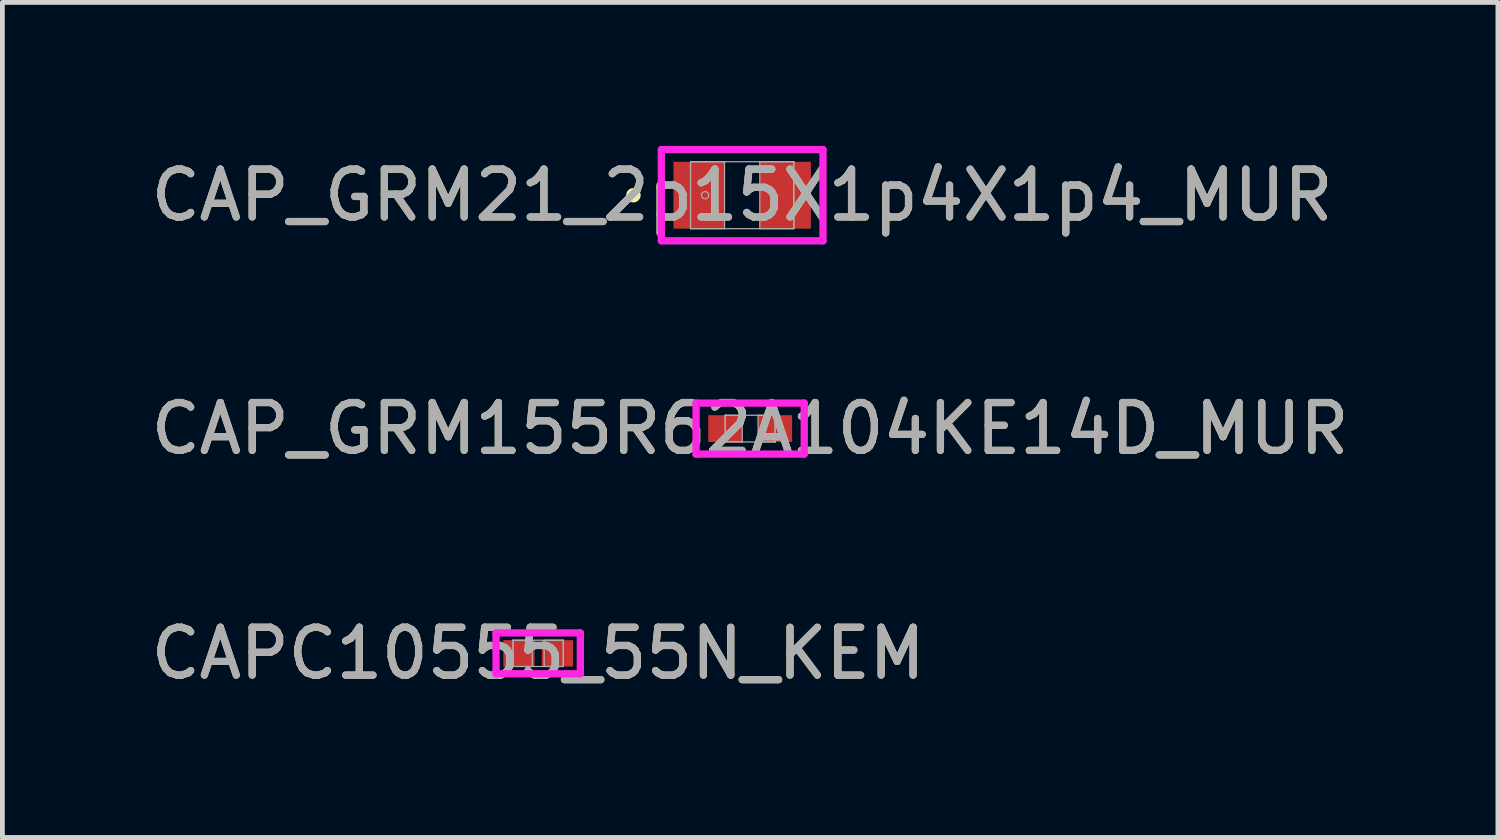
<source format=kicad_pcb>
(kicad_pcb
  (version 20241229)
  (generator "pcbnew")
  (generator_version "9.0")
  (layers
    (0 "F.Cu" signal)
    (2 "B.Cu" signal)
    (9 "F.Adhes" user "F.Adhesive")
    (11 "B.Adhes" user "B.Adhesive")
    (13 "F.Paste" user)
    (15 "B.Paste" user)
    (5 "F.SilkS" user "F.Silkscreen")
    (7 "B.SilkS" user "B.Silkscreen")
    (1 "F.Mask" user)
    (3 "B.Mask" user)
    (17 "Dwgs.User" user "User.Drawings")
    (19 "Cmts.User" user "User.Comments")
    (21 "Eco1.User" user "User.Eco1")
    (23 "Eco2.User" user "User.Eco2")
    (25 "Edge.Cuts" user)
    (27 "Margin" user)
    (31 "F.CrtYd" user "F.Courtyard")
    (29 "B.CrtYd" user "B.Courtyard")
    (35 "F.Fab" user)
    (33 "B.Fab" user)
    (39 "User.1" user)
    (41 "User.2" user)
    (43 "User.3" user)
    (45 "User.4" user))
  (footprint "CAP_GRM21_2p15X1p4X1p4_MUR"
    (layer "F.Cu")
    (at 12.458 1.029)
    (property "Reference" "CAP_GRM21_2p15X1p4X1p4_MUR" (at 0 0 0) (unlocked yes) (layer "F.SilkS") (effects (font (size 1 1) (thickness 0.15))))
    (attr smd)
    (fp_circle (center -2.273 0) (end -2.197 0) (stroke (width 0.152) (type solid)) (fill no) (layer "F.SilkS"))
    (fp_line (start -1.689 -0.953) (end 1.689 -0.953) (stroke (width 0.152) (type solid)) (layer "F.CrtYd"))
    (fp_line (start -1.689 0.953) (end -1.689 -0.953) (stroke (width 0.152) (type solid)) (layer "F.CrtYd"))
    (fp_line (start 1.689 -0.953) (end 1.689 0.953) (stroke (width 0.152) (type solid)) (layer "F.CrtYd"))
    (fp_line (start 1.689 0.953) (end -1.689 0.953) (stroke (width 0.152) (type solid)) (layer "F.CrtYd"))
    (fp_line (start -1.079 -0.699) (end -1.079 0.699) (stroke (width 0.025) (type solid)) (layer "F.Fab"))
    (fp_line (start -1.079 -0.699) (end -1.079 0.699) (stroke (width 0.025) (type solid)) (layer "F.Fab"))
    (fp_line (start -1.079 0.699) (end -0.368 0.699) (stroke (width 0.025) (type solid)) (layer "F.Fab"))
    (fp_line (start -1.079 0.699) (end 1.079 0.699) (stroke (width 0.025) (type solid)) (layer "F.Fab"))
    (fp_line (start -0.368 -0.699) (end -1.079 -0.699) (stroke (width 0.025) (type solid)) (layer "F.Fab"))
    (fp_line (start -0.368 0.699) (end -0.368 -0.699) (stroke (width 0.025) (type solid)) (layer "F.Fab"))
    (fp_line (start 0.368 -0.699) (end 0.368 0.699) (stroke (width 0.025) (type solid)) (layer "F.Fab"))
    (fp_line (start 0.368 0.699) (end 1.079 0.699) (stroke (width 0.025) (type solid)) (layer "F.Fab"))
    (fp_line (start 1.079 -0.699) (end -1.079 -0.699) (stroke (width 0.025) (type solid)) (layer "F.Fab"))
    (fp_line (start 1.079 -0.699) (end 0.368 -0.699) (stroke (width 0.025) (type solid)) (layer "F.Fab"))
    (fp_line (start 1.079 0.699) (end 1.079 -0.699) (stroke (width 0.025) (type solid)) (layer "F.Fab"))
    (fp_line (start 1.079 0.699) (end 1.079 -0.699) (stroke (width 0.025) (type solid)) (layer "F.Fab"))
    (fp_circle (center -0.775 0) (end -0.699 0) (stroke (width 0.025) (type solid)) (fill no) (layer "F.Fab"))
    (fp_text user "${REFERENCE}" (at 0 0 0) (unlocked yes) (layer "F.Fab") (effects (font (size 1 1) (thickness 0.15))))
    (pad "1" smd rect (at -0.902 0) (size 1.067 1.397) (layers "F.Cu" "F.Mask" "F.Paste"))
    (pad "2" smd rect (at 0.902 0) (size 1.067 1.397) (layers "F.Cu" "F.Mask" "F.Paste"))
    (zone (net_name "") (layer "F.Cu") (hatch full 0.508) (connect_pads) (min_thickness 0.254) (filled_areas_thickness no) (keepout (tracks not_allowed) (vias not_allowed) (pads allowed) (copperpour not_allowed) (footprints allowed)) (placement (enabled no)) (fill) (polygon (pts (xy 12.141 0.381) (xy 12.776 0.381) (xy 12.776 1.676) (xy 12.141 1.676)))))
  (footprint "CAPC10555_55N_KEM"
    (layer "F.Cu")
    (at 8.196 10.602)
    (property "Reference" "CAPC10555_55N_KEM" (at 0 0 0) (unlocked yes) (layer "F.SilkS") (effects (font (size 1 1) (thickness 0.15))))
    (attr smd)
    (fp_line (start -0.881 -0.427) (end 0.881 -0.427) (stroke (width 0.152) (type solid)) (layer "F.CrtYd"))
    (fp_line (start -0.881 0.427) (end -0.881 -0.427) (stroke (width 0.152) (type solid)) (layer "F.CrtYd"))
    (fp_line (start 0.881 -0.427) (end 0.881 0.427) (stroke (width 0.152) (type solid)) (layer "F.CrtYd"))
    (fp_line (start 0.881 0.427) (end -0.881 0.427) (stroke (width 0.152) (type solid)) (layer "F.CrtYd"))
    (fp_line (start -0.525 -0.275) (end -0.525 0.275) (stroke (width 0.025) (type solid)) (layer "F.Fab"))
    (fp_line (start -0.525 -0.275) (end -0.525 0.275) (stroke (width 0.025) (type solid)) (layer "F.Fab"))
    (fp_line (start -0.525 0.275) (end -0.125 0.275) (stroke (width 0.025) (type solid)) (layer "F.Fab"))
    (fp_line (start -0.525 0.275) (end 0.525 0.275) (stroke (width 0.025) (type solid)) (layer "F.Fab"))
    (fp_line (start -0.125 -0.275) (end -0.525 -0.275) (stroke (width 0.025) (type solid)) (layer "F.Fab"))
    (fp_line (start -0.125 0.275) (end -0.125 -0.275) (stroke (width 0.025) (type solid)) (layer "F.Fab"))
    (fp_line (start 0.125 -0.275) (end 0.125 0.275) (stroke (width 0.025) (type solid)) (layer "F.Fab"))
    (fp_line (start 0.125 0.275) (end 0.525 0.275) (stroke (width 0.025) (type solid)) (layer "F.Fab"))
    (fp_line (start 0.525 -0.275) (end -0.525 -0.275) (stroke (width 0.025) (type solid)) (layer "F.Fab"))
    (fp_line (start 0.525 -0.275) (end 0.125 -0.275) (stroke (width 0.025) (type solid)) (layer "F.Fab"))
    (fp_line (start 0.525 0.275) (end 0.525 -0.275) (stroke (width 0.025) (type solid)) (layer "F.Fab"))
    (fp_line (start 0.525 0.275) (end 0.525 -0.275) (stroke (width 0.025) (type solid)) (layer "F.Fab"))
    (fp_text user "${REFERENCE}" (at 0 0 0) (unlocked yes) (layer "F.Fab") (effects (font (size 1 1) (thickness 0.15))))
    (pad "1" smd rect (at -0.402 0) (size 0.653 0.55) (layers "F.Cu" "F.Mask" "F.Paste"))
    (pad "2" smd rect (at 0.402 0) (size 0.653 0.55) (layers "F.Cu" "F.Mask" "F.Paste"))
    (zone (net_name "") (layer "F.Cu") (hatch full 0.508) (connect_pads) (min_thickness 0.254) (filled_areas_thickness no) (keepout (tracks not_allowed) (vias not_allowed) (pads allowed) (copperpour not_allowed) (footprints allowed)) (placement (enabled no)) (fill) (polygon (pts (xy 8.172 10.378) (xy 8.221 10.378) (xy 8.221 10.826) (xy 8.172 10.826)))))
  (footprint "CAP_GRM155R62A104KE14D_MUR"
    (layer "F.Cu")
    (at 12.625 5.906)
    (property "Reference" "CAP_GRM155R62A104KE14D_MUR" (at 0 0 0) (unlocked yes) (layer "F.SilkS") (effects (font (size 1 1) (thickness 0.15))))
    (attr smd)
    (fp_line (start -1.13 -0.533) (end 1.13 -0.533) (stroke (width 0.152) (type solid)) (layer "F.CrtYd"))
    (fp_line (start -1.13 0.533) (end -1.13 -0.533) (stroke (width 0.152) (type solid)) (layer "F.CrtYd"))
    (fp_line (start 1.13 -0.533) (end 1.13 0.533) (stroke (width 0.152) (type solid)) (layer "F.CrtYd"))
    (fp_line (start 1.13 0.533) (end -1.13 0.533) (stroke (width 0.152) (type solid)) (layer "F.CrtYd"))
    (fp_line (start -0.521 -0.279) (end -0.521 0.279) (stroke (width 0.025) (type solid)) (layer "F.Fab"))
    (fp_line (start -0.521 -0.279) (end -0.521 0.279) (stroke (width 0.025) (type solid)) (layer "F.Fab"))
    (fp_line (start -0.521 0.279) (end -0.165 0.279) (stroke (width 0.025) (type solid)) (layer "F.Fab"))
    (fp_line (start -0.521 0.279) (end 0.521 0.279) (stroke (width 0.025) (type solid)) (layer "F.Fab"))
    (fp_line (start -0.165 -0.279) (end -0.521 -0.279) (stroke (width 0.025) (type solid)) (layer "F.Fab"))
    (fp_line (start -0.165 0.279) (end -0.165 -0.279) (stroke (width 0.025) (type solid)) (layer "F.Fab"))
    (fp_line (start 0.165 -0.279) (end 0.165 0.279) (stroke (width 0.025) (type solid)) (layer "F.Fab"))
    (fp_line (start 0.165 0.279) (end 0.521 0.279) (stroke (width 0.025) (type solid)) (layer "F.Fab"))
    (fp_line (start 0.521 -0.279) (end -0.521 -0.279) (stroke (width 0.025) (type solid)) (layer "F.Fab"))
    (fp_line (start 0.521 -0.279) (end 0.165 -0.279) (stroke (width 0.025) (type solid)) (layer "F.Fab"))
    (fp_line (start 0.521 0.279) (end 0.521 -0.279) (stroke (width 0.025) (type solid)) (layer "F.Fab"))
    (fp_line (start 0.521 0.279) (end 0.521 -0.279) (stroke (width 0.025) (type solid)) (layer "F.Fab"))
    (fp_circle (center -0.394 0) (end -0.394 0) (stroke (width 0.025) (type solid)) (fill no) (layer "F.Fab"))
    (fp_text user "${REFERENCE}" (at 0 0 0) (unlocked yes) (layer "F.Fab") (effects (font (size 1 1) (thickness 0.15))))
    (pad "1" smd rect (at -0.521 0) (size 0.711 0.559) (layers "F.Cu" "F.Mask" "F.Paste"))
    (pad "2" smd rect (at 0.521 0) (size 0.711 0.559) (layers "F.Cu" "F.Mask" "F.Paste"))
    (zone (net_name "") (layer "F.Cu") (hatch full 0.508) (connect_pads) (min_thickness 0.254) (filled_areas_thickness no) (keepout (tracks not_allowed) (vias not_allowed) (pads allowed) (copperpour not_allowed) (footprints allowed)) (placement (enabled no)) (fill) (polygon (pts (xy 12.511 5.677) (xy 12.739 5.677) (xy 12.739 6.134) (xy 12.511 6.134)))))
  (gr_rect
    (start -3 -3)
    (end 28.25 14.45)
    (stroke (width 0.1) (type default))
    (fill no)
    (layer "Edge.Cuts")))
</source>
